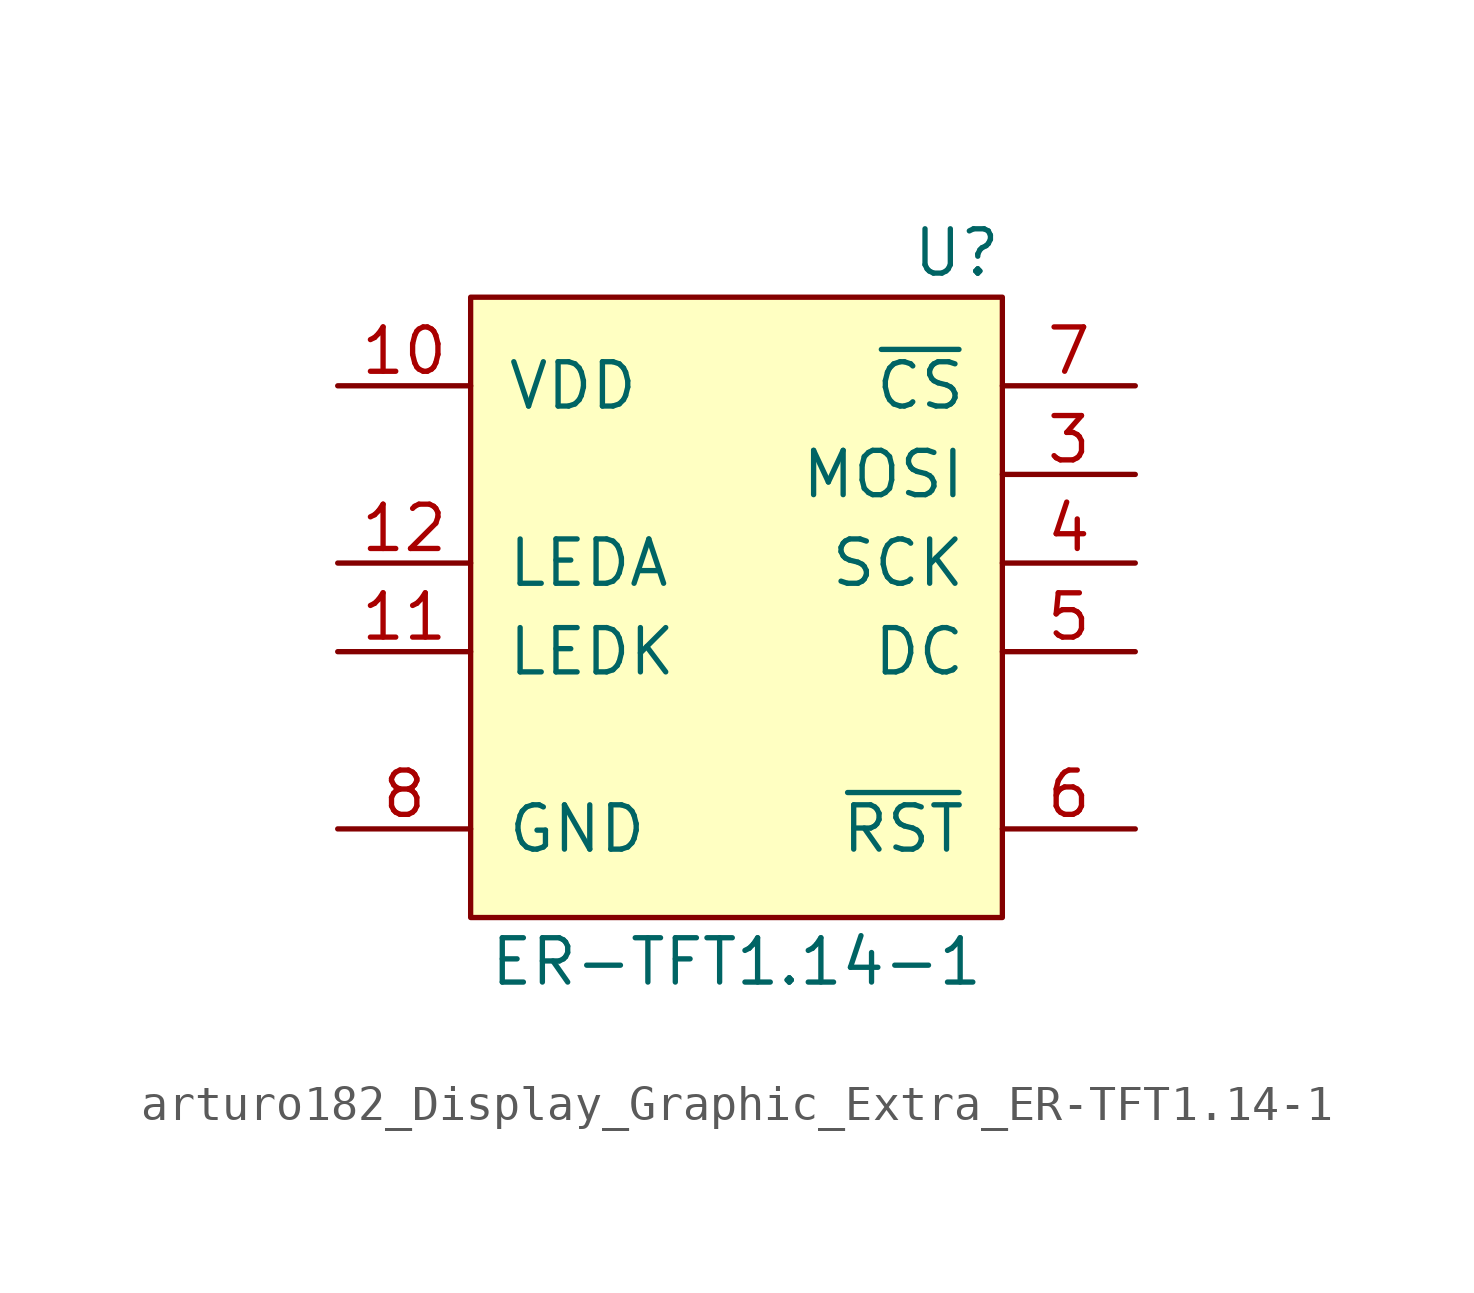
<source format=kicad_sym>
(kicad_symbol_lib
  (version 20220914)
  (generator kicad_symbol_editor)
  (symbol "arturo182_Display_Graphic_Extra_ER-TFT1.14-1"
    (pin_names
      (offset 1.016))
    (property "Reference" "U"
      (at 7.62 8.89 0)
      (effects (font (size 1.27 1.27)) (justify right)))
    (property "Value" "ER-TFT1.14-1"
      (at 0 -11.43 0)
      (effects (font (size 1.27 1.27))))
    (symbol "arturo182_Display_Graphic_Extra_ER-TFT1.14-1_0_1"
      (rectangle (start -7.62 7.62) (end 7.62 -10.16) (stroke (width 0.152) (type default)) (fill (type background))))
    (symbol "arturo182_Display_Graphic_Extra_ER-TFT1.14-1_1_1"
      (pin no_connect line (at 0 3.81 0) (length 3.81) hide (name "~" (effects (font (size 1.27 1.27)))) (number "1" (effects (font (size 1.27 1.27)))))
      (pin power_in line (at -11.43 5.08 0) (length 3.81) (name "VDD" (effects (font (size 1.27 1.27)))) (number "10" (effects (font (size 1.27 1.27)))))
      (pin input line (at -11.43 -2.54 0) (length 3.81) (name "LEDK" (effects (font (size 1.27 1.27)))) (number "11" (effects (font (size 1.27 1.27)))))
      (pin input line (at -11.43 0 0) (length 3.81) (name "LEDA" (effects (font (size 1.27 1.27)))) (number "12" (effects (font (size 1.27 1.27)))))
      (pin passive line (at -11.43 -7.62 0) (length 3.81) hide (name "GND" (effects (font (size 1.27 1.27)))) (number "13" (effects (font (size 1.27 1.27)))))
      (pin no_connect line (at 0 1.27 0) (length 3.81) hide (name "~" (effects (font (size 1.27 1.27)))) (number "2" (effects (font (size 1.27 1.27)))))
      (pin input line (at 11.43 2.54 180) (length 3.81) (name "MOSI" (effects (font (size 1.27 1.27)))) (number "3" (effects (font (size 1.27 1.27)))))
      (pin input line (at 11.43 0 180) (length 3.81) (name "SCK" (effects (font (size 1.27 1.27)))) (number "4" (effects (font (size 1.27 1.27)))))
      (pin input line (at 11.43 -2.54 180) (length 3.81) (name "DC" (effects (font (size 1.27 1.27)))) (number "5" (effects (font (size 1.27 1.27)))))
      (pin input line (at 11.43 -7.62 180) (length 3.81) (name "~{RST}" (effects (font (size 1.27 1.27)))) (number "6" (effects (font (size 1.27 1.27)))))
      (pin input line (at 11.43 5.08 180) (length 3.81) (name "~{CS}" (effects (font (size 1.27 1.27)))) (number "7" (effects (font (size 1.27 1.27)))))
      (pin power_in line (at -11.43 -7.62 0) (length 3.81) (name "GND" (effects (font (size 1.27 1.27)))) (number "8" (effects (font (size 1.27 1.27)))))
      (pin no_connect line (at 0 -1.27 0) (length 3.81) hide (name "~" (effects (font (size 1.27 1.27)))) (number "9" (effects (font (size 1.27 1.27))))))))
</source>
